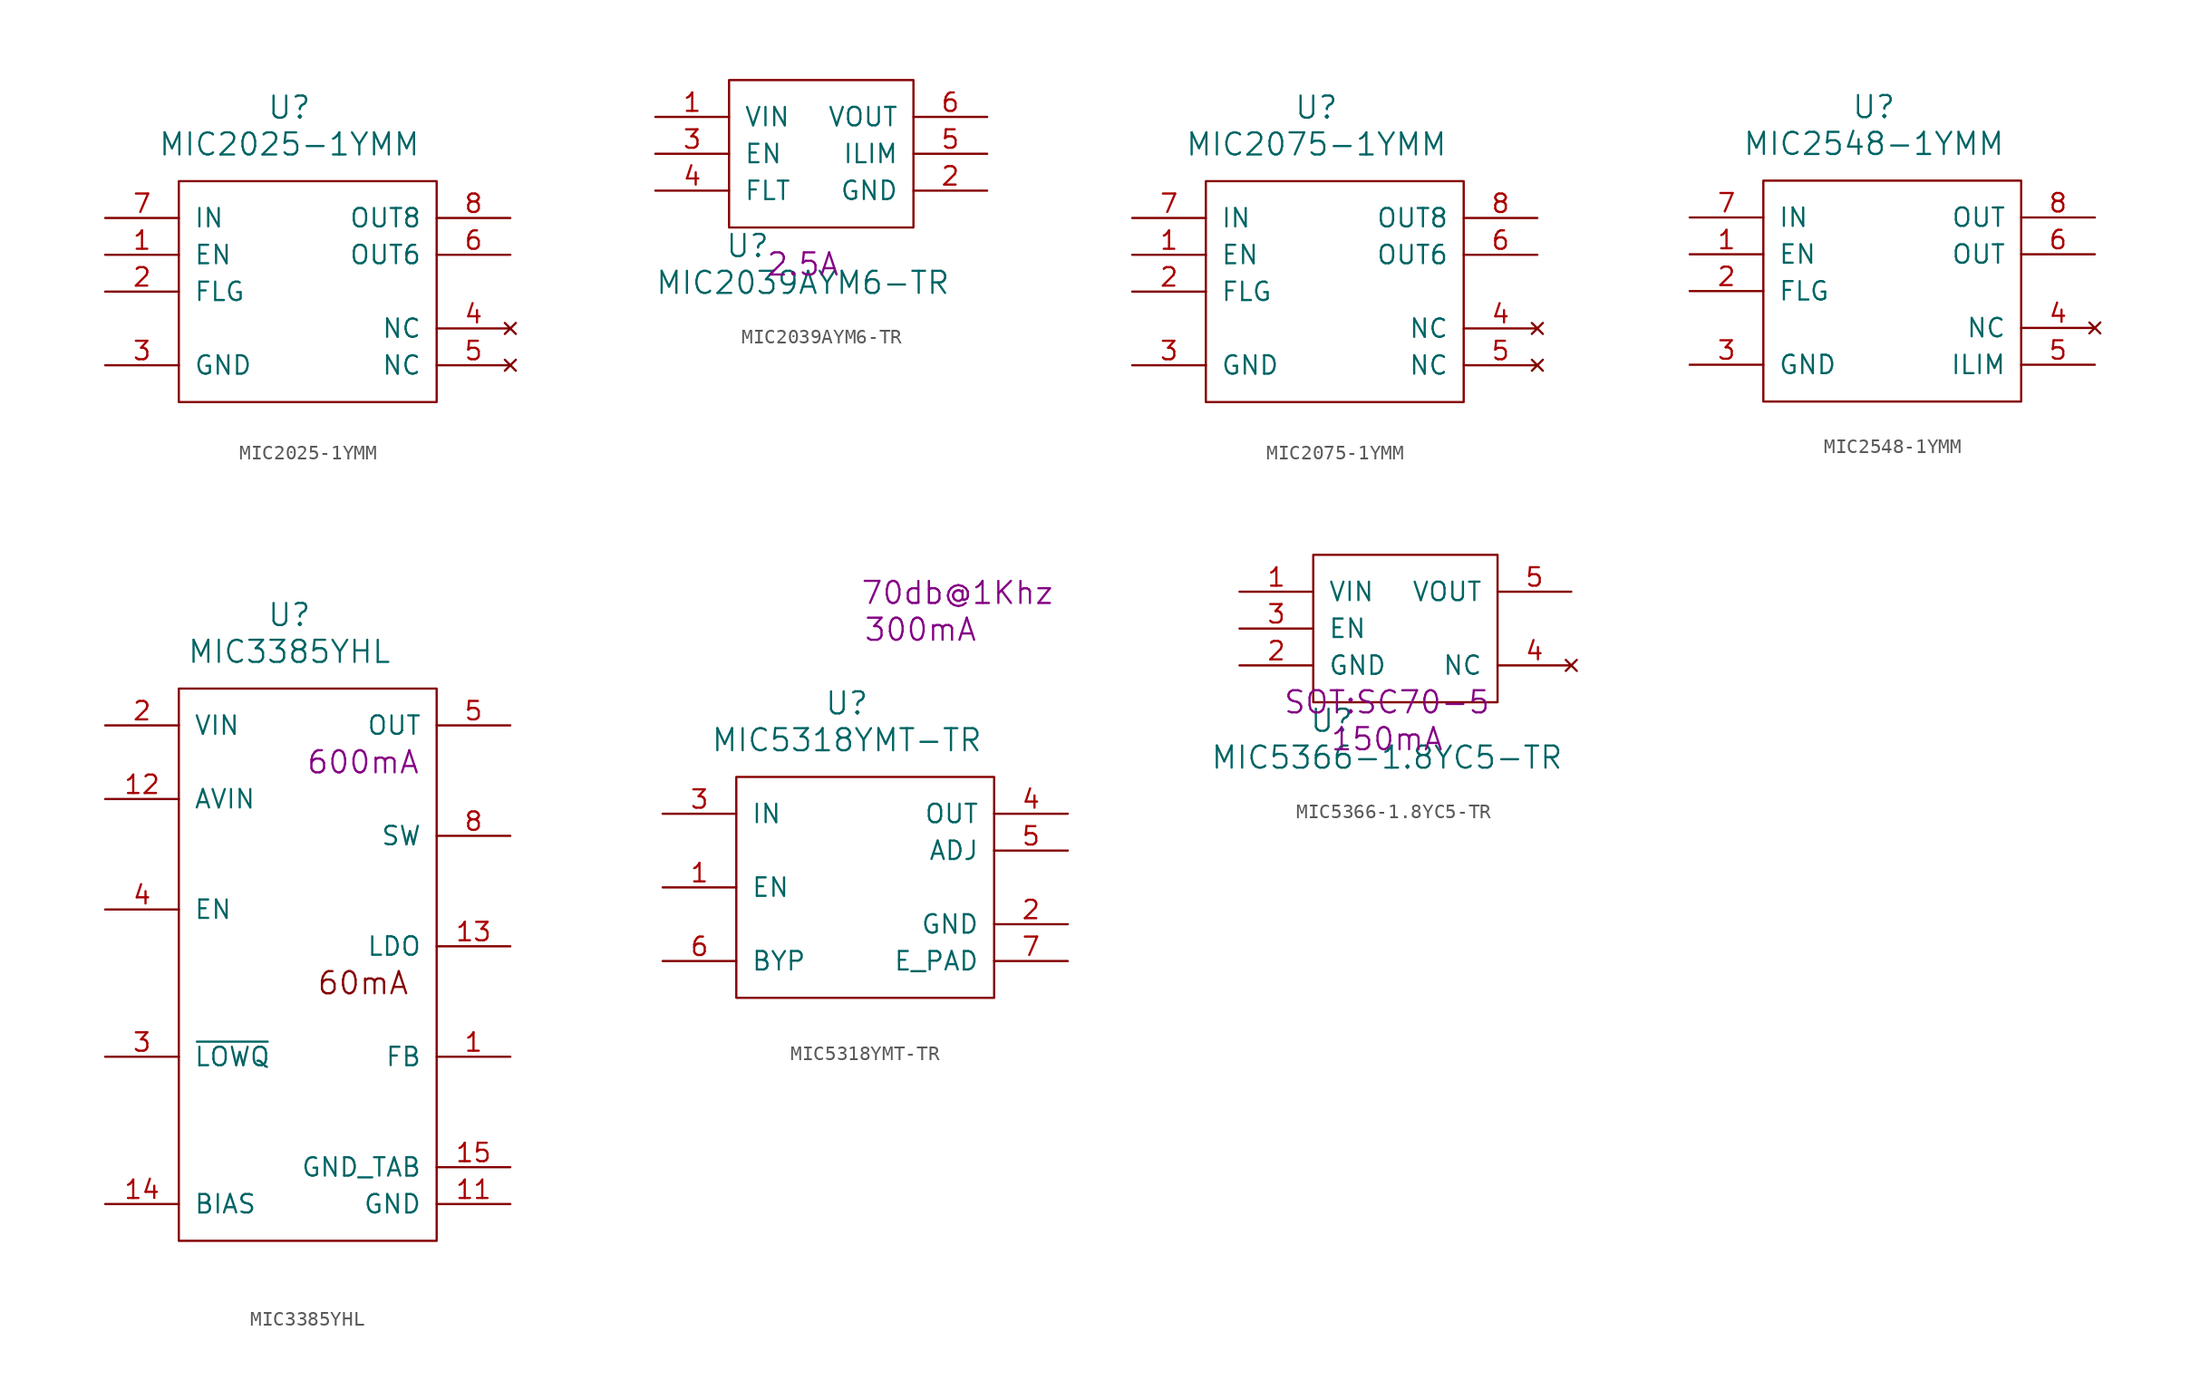
<source format=kicad_sym>
(kicad_symbol_lib
  (version 20220914)
  (generator kicad_symbol_editor)
  (symbol "MIC2025-1YMM"
    (pin_names
      (offset 1.016))
    (property "Reference" "U"
      (at 7.62 20.32 0)
      (effects (font (size 1.524 1.524))))
    (property "Value" "MIC2025-1YMM"
      (at 7.62 17.78 0)
      (effects (font (size 1.524 1.524))))
    (property "Footprint" ""
      (at 0 0 0)
      (effects (font (size 1.524 1.524))))
    (property "Datasheet" ""
      (at 0 0 0)
      (effects (font (size 1.524 1.524))))
    (symbol "MIC2025-1YMM_1_1"
      (rectangle (start 0 0) (end 17.78 15.24) (stroke (width 0) (type solid)) (fill (type none)))
      (pin input line (at -5.08 10.16 0) (length 5.08) (name "EN" (effects (font (size 1.27 1.27)))) (number "1" (effects (font (size 1.27 1.27)))))
      (pin output line (at -5.08 7.62 0) (length 5.08) (name "FLG" (effects (font (size 1.27 1.27)))) (number "2" (effects (font (size 1.27 1.27)))))
      (pin power_in line (at -5.08 2.54 0) (length 5.08) (name "GND" (effects (font (size 1.27 1.27)))) (number "3" (effects (font (size 1.27 1.27)))))
      (pin no_connect line (at 22.86 5.08 180) (length 5.08) (name "NC" (effects (font (size 1.27 1.27)))) (number "4" (effects (font (size 1.27 1.27)))))
      (pin no_connect line (at 22.86 2.54 180) (length 5.08) (name "NC" (effects (font (size 1.27 1.27)))) (number "5" (effects (font (size 1.27 1.27)))))
      (pin power_out line (at 22.86 10.16 180) (length 5.08) (name "OUT6" (effects (font (size 1.27 1.27)))) (number "6" (effects (font (size 1.27 1.27)))))
      (pin power_in line (at -5.08 12.7 0) (length 5.08) (name "IN" (effects (font (size 1.27 1.27)))) (number "7" (effects (font (size 1.27 1.27)))))
      (pin power_out line (at 22.86 12.7 180) (length 5.08) (name "OUT8" (effects (font (size 1.27 1.27)))) (number "8" (effects (font (size 1.27 1.27)))))))
  (symbol "MIC2039AYM6-TR"
    (pin_names
      (offset 1.016))
    (property "Reference" "U"
      (at 1.27 -1.27 0)
      (effects (font (size 1.524 1.524))))
    (property "Value" "MIC2039AYM6-TR"
      (at 5.08 -3.81 0)
      (effects (font (size 1.524 1.524))))
    (property "Rating" "2.5A"
      (at 5.08 -2.54 0)
      (effects (font (size 1.524 1.524))))
    (symbol "MIC2039AYM6-TR_0_1"
      (rectangle (start 0 10.16) (end 12.7 0) (stroke (width 0) (type solid)) (fill (type none))))
    (symbol "MIC2039AYM6-TR_1_1"
      (pin power_in line (at -5.08 7.62 0) (length 5.08) (name "VIN" (effects (font (size 1.27 1.27)))) (number "1" (effects (font (size 1.27 1.27)))))
      (pin power_in line (at 17.78 2.54 180) (length 5.08) (name "GND" (effects (font (size 1.27 1.27)))) (number "2" (effects (font (size 1.27 1.27)))))
      (pin input line (at -5.08 5.08 0) (length 5.08) (name "EN" (effects (font (size 1.27 1.27)))) (number "3" (effects (font (size 1.27 1.27)))))
      (pin open_collector line (at -5.08 2.54 0) (length 5.08) (name "FLT" (effects (font (size 1.27 1.27)))) (number "4" (effects (font (size 1.27 1.27)))))
      (pin input line (at 17.78 5.08 180) (length 5.08) (name "ILIM" (effects (font (size 1.27 1.27)))) (number "5" (effects (font (size 1.27 1.27)))))
      (pin power_out line (at 17.78 7.62 180) (length 5.08) (name "VOUT" (effects (font (size 1.27 1.27)))) (number "6" (effects (font (size 1.27 1.27)))))))
  (symbol "MIC2075-1YMM"
    (pin_names
      (offset 1.016))
    (property "Reference" "U"
      (at 7.62 20.32 0)
      (effects (font (size 1.524 1.524))))
    (property "Value" "MIC2075-1YMM"
      (at 7.62 17.78 0)
      (effects (font (size 1.524 1.524))))
    (property "Footprint" ""
      (at 0 0 0)
      (effects (font (size 1.524 1.524))))
    (property "Datasheet" ""
      (at 0 0 0)
      (effects (font (size 1.524 1.524))))
    (symbol "MIC2075-1YMM_1_1"
      (rectangle (start 0 0) (end 17.78 15.24) (stroke (width 0) (type solid)) (fill (type none)))
      (pin input line (at -5.08 10.16 0) (length 5.08) (name "EN" (effects (font (size 1.27 1.27)))) (number "1" (effects (font (size 1.27 1.27)))))
      (pin output line (at -5.08 7.62 0) (length 5.08) (name "FLG" (effects (font (size 1.27 1.27)))) (number "2" (effects (font (size 1.27 1.27)))))
      (pin power_in line (at -5.08 2.54 0) (length 5.08) (name "GND" (effects (font (size 1.27 1.27)))) (number "3" (effects (font (size 1.27 1.27)))))
      (pin no_connect line (at 22.86 5.08 180) (length 5.08) (name "NC" (effects (font (size 1.27 1.27)))) (number "4" (effects (font (size 1.27 1.27)))))
      (pin no_connect line (at 22.86 2.54 180) (length 5.08) (name "NC" (effects (font (size 1.27 1.27)))) (number "5" (effects (font (size 1.27 1.27)))))
      (pin power_out line (at 22.86 10.16 180) (length 5.08) (name "OUT6" (effects (font (size 1.27 1.27)))) (number "6" (effects (font (size 1.27 1.27)))))
      (pin power_in line (at -5.08 12.7 0) (length 5.08) (name "IN" (effects (font (size 1.27 1.27)))) (number "7" (effects (font (size 1.27 1.27)))))
      (pin power_out line (at 22.86 12.7 180) (length 5.08) (name "OUT8" (effects (font (size 1.27 1.27)))) (number "8" (effects (font (size 1.27 1.27)))))))
  (symbol "MIC2548-1YMM"
    (pin_names
      (offset 1.016))
    (property "Reference" "U"
      (at 7.62 20.32 0)
      (effects (font (size 1.524 1.524))))
    (property "Value" "MIC2548-1YMM"
      (at 7.62 17.78 0)
      (effects (font (size 1.524 1.524))))
    (property "Datasheet" ""
      (at 7.62 20.32 0)
      (effects (font (size 1.524 1.524))))
    (symbol "MIC2548-1YMM_1_1"
      (rectangle (start 0 0) (end 17.78 15.24) (stroke (width 0) (type solid)) (fill (type none)))
      (pin input line (at -5.08 10.16 0) (length 5.08) (name "EN" (effects (font (size 1.27 1.27)))) (number "1" (effects (font (size 1.27 1.27)))))
      (pin output line (at -5.08 7.62 0) (length 5.08) (name "FLG" (effects (font (size 1.27 1.27)))) (number "2" (effects (font (size 1.27 1.27)))))
      (pin power_in line (at -5.08 2.54 0) (length 5.08) (name "GND" (effects (font (size 1.27 1.27)))) (number "3" (effects (font (size 1.27 1.27)))))
      (pin no_connect line (at 22.86 5.08 180) (length 5.08) (name "NC" (effects (font (size 1.27 1.27)))) (number "4" (effects (font (size 1.27 1.27)))))
      (pin input line (at 22.86 2.54 180) (length 5.08) (name "ILIM" (effects (font (size 1.27 1.27)))) (number "5" (effects (font (size 1.27 1.27)))))
      (pin passive line (at 22.86 10.16 180) (length 5.08) (name "OUT" (effects (font (size 1.27 1.27)))) (number "6" (effects (font (size 1.27 1.27)))))
      (pin power_in line (at -5.08 12.7 0) (length 5.08) (name "IN" (effects (font (size 1.27 1.27)))) (number "7" (effects (font (size 1.27 1.27)))))
      (pin power_out line (at 22.86 12.7 180) (length 5.08) (name "OUT" (effects (font (size 1.27 1.27)))) (number "8" (effects (font (size 1.27 1.27)))))))
  (symbol "MIC3385YHL"
    (pin_names
      (offset 1.016))
    (property "Reference" "U"
      (at 7.62 43.18 0)
      (effects (font (size 1.524 1.524))))
    (property "Value" "MIC3385YHL"
      (at 7.62 40.64 0)
      (effects (font (size 1.524 1.524))))
    (property "Datasheet" ""
      (at 7.62 20.32 0)
      (effects (font (size 1.524 1.524))))
    (property "Rating" "600mA"
      (at 12.7 33.02 0)
      (effects (font (size 1.524 1.524))))
    (symbol "MIC3385YHL_0_0"
      (text "60mA" (at 12.7 17.78 0) (effects (font (size 1.524 1.524)))))
    (symbol "MIC3385YHL_1_1"
      (rectangle (start 0 0) (end 17.78 38.1) (stroke (width 0) (type solid)) (fill (type none)))
      (pin input line (at 22.86 12.7 180) (length 5.08) (name "FB" (effects (font (size 1.27 1.27)))) (number "1" (effects (font (size 1.27 1.27)))))
      (pin power_in line (at 22.86 2.54 180) (length 5.08) (name "GND" (effects (font (size 1.27 1.27)))) (number "11" (effects (font (size 1.27 1.27)))))
      (pin power_in line (at -5.08 30.48 0) (length 5.08) (name "AVIN" (effects (font (size 1.27 1.27)))) (number "12" (effects (font (size 1.27 1.27)))))
      (pin power_out line (at 22.86 20.32 180) (length 5.08) (name "LDO" (effects (font (size 1.27 1.27)))) (number "13" (effects (font (size 1.27 1.27)))))
      (pin input line (at -5.08 2.54 0) (length 5.08) (name "BIAS" (effects (font (size 1.27 1.27)))) (number "14" (effects (font (size 1.27 1.27)))))
      (pin power_in line (at 22.86 5.08 180) (length 5.08) (name "GND_TAB" (effects (font (size 1.27 1.27)))) (number "15" (effects (font (size 1.27 1.27)))))
      (pin power_in line (at -5.08 35.56 0) (length 5.08) (name "VIN" (effects (font (size 1.27 1.27)))) (number "2" (effects (font (size 1.27 1.27)))))
      (pin input line (at -5.08 12.7 0) (length 5.08) (name "~{LOWQ}" (effects (font (size 1.27 1.27)))) (number "3" (effects (font (size 1.27 1.27)))))
      (pin input line (at -5.08 22.86 0) (length 5.08) (name "EN" (effects (font (size 1.27 1.27)))) (number "4" (effects (font (size 1.27 1.27)))))
      (pin power_out line (at 22.86 35.56 180) (length 5.08) (name "OUT" (effects (font (size 1.27 1.27)))) (number "5" (effects (font (size 1.27 1.27)))))
      (pin power_out line (at 22.86 27.94 180) (length 5.08) (name "SW" (effects (font (size 1.27 1.27)))) (number "8" (effects (font (size 1.27 1.27)))))))
  (symbol "MIC5318YMT-TR"
    (pin_names
      (offset 1.016))
    (property "Reference" "U"
      (at 7.62 20.32 0)
      (effects (font (size 1.524 1.524))))
    (property "Value" "MIC5318YMT-TR"
      (at 7.62 17.78 0)
      (effects (font (size 1.524 1.524))))
    (property "Datasheet" ""
      (at 7.62 20.32 0)
      (effects (font (size 1.524 1.524))))
    (property "Rating" "300mA"
      (at 12.7 25.4 0)
      (effects (font (size 1.524 1.524))))
    (property "PSRR" "70db@1Khz"
      (at 15.24 27.94 0)
      (effects (font (size 1.524 1.524))))
    (symbol "MIC5318YMT-TR_1_1"
      (rectangle (start 0 0) (end 17.78 15.24) (stroke (width 0) (type solid)) (fill (type none)))
      (pin input line (at -5.08 7.62 0) (length 5.08) (name "EN" (effects (font (size 1.27 1.27)))) (number "1" (effects (font (size 1.27 1.27)))))
      (pin power_in line (at 22.86 5.08 180) (length 5.08) (name "GND" (effects (font (size 1.27 1.27)))) (number "2" (effects (font (size 1.27 1.27)))))
      (pin power_in line (at -5.08 12.7 0) (length 5.08) (name "IN" (effects (font (size 1.27 1.27)))) (number "3" (effects (font (size 1.27 1.27)))))
      (pin power_out line (at 22.86 12.7 180) (length 5.08) (name "OUT" (effects (font (size 1.27 1.27)))) (number "4" (effects (font (size 1.27 1.27)))))
      (pin power_out line (at 22.86 10.16 180) (length 5.08) (name "ADJ" (effects (font (size 1.27 1.27)))) (number "5" (effects (font (size 1.27 1.27)))))
      (pin output line (at -5.08 2.54 0) (length 5.08) (name "BYP" (effects (font (size 1.27 1.27)))) (number "6" (effects (font (size 1.27 1.27)))))
      (pin power_in line (at 22.86 2.54 180) (length 5.08) (name "E_PAD" (effects (font (size 1.27 1.27)))) (number "7" (effects (font (size 1.27 1.27)))))))
  (symbol "MIC5366-1.8YC5-TR"
    (pin_names
      (offset 1.016))
    (property "Reference" "U"
      (at 1.27 -1.27 0)
      (effects (font (size 1.524 1.524))))
    (property "Value" "MIC5366-1.8YC5-TR"
      (at 5.08 -3.81 0)
      (effects (font (size 1.524 1.524))))
    (property "Footprint" "SOT:SC70-5"
      (at 5.08 0 0)
      (effects (font (size 1.524 1.524))))
    (property "Rating" "150mA"
      (at 5.08 -2.54 0)
      (effects (font (size 1.524 1.524))))
    (symbol "MIC5366-1.8YC5-TR_0_1"
      (rectangle (start 0 10.16) (end 12.7 0) (stroke (width 0) (type solid)) (fill (type none))))
    (symbol "MIC5366-1.8YC5-TR_1_1"
      (pin power_in line (at -5.08 7.62 0) (length 5.08) (name "VIN" (effects (font (size 1.27 1.27)))) (number "1" (effects (font (size 1.27 1.27)))))
      (pin power_in line (at -5.08 2.54 0) (length 5.08) (name "GND" (effects (font (size 1.27 1.27)))) (number "2" (effects (font (size 1.27 1.27)))))
      (pin input line (at -5.08 5.08 0) (length 5.08) (name "EN" (effects (font (size 1.27 1.27)))) (number "3" (effects (font (size 1.27 1.27)))))
      (pin no_connect line (at 17.78 2.54 180) (length 5.08) (name "NC" (effects (font (size 1.27 1.27)))) (number "4" (effects (font (size 1.27 1.27)))))
      (pin power_out line (at 17.78 7.62 180) (length 5.08) (name "VOUT" (effects (font (size 1.27 1.27)))) (number "5" (effects (font (size 1.27 1.27))))))))
</source>
